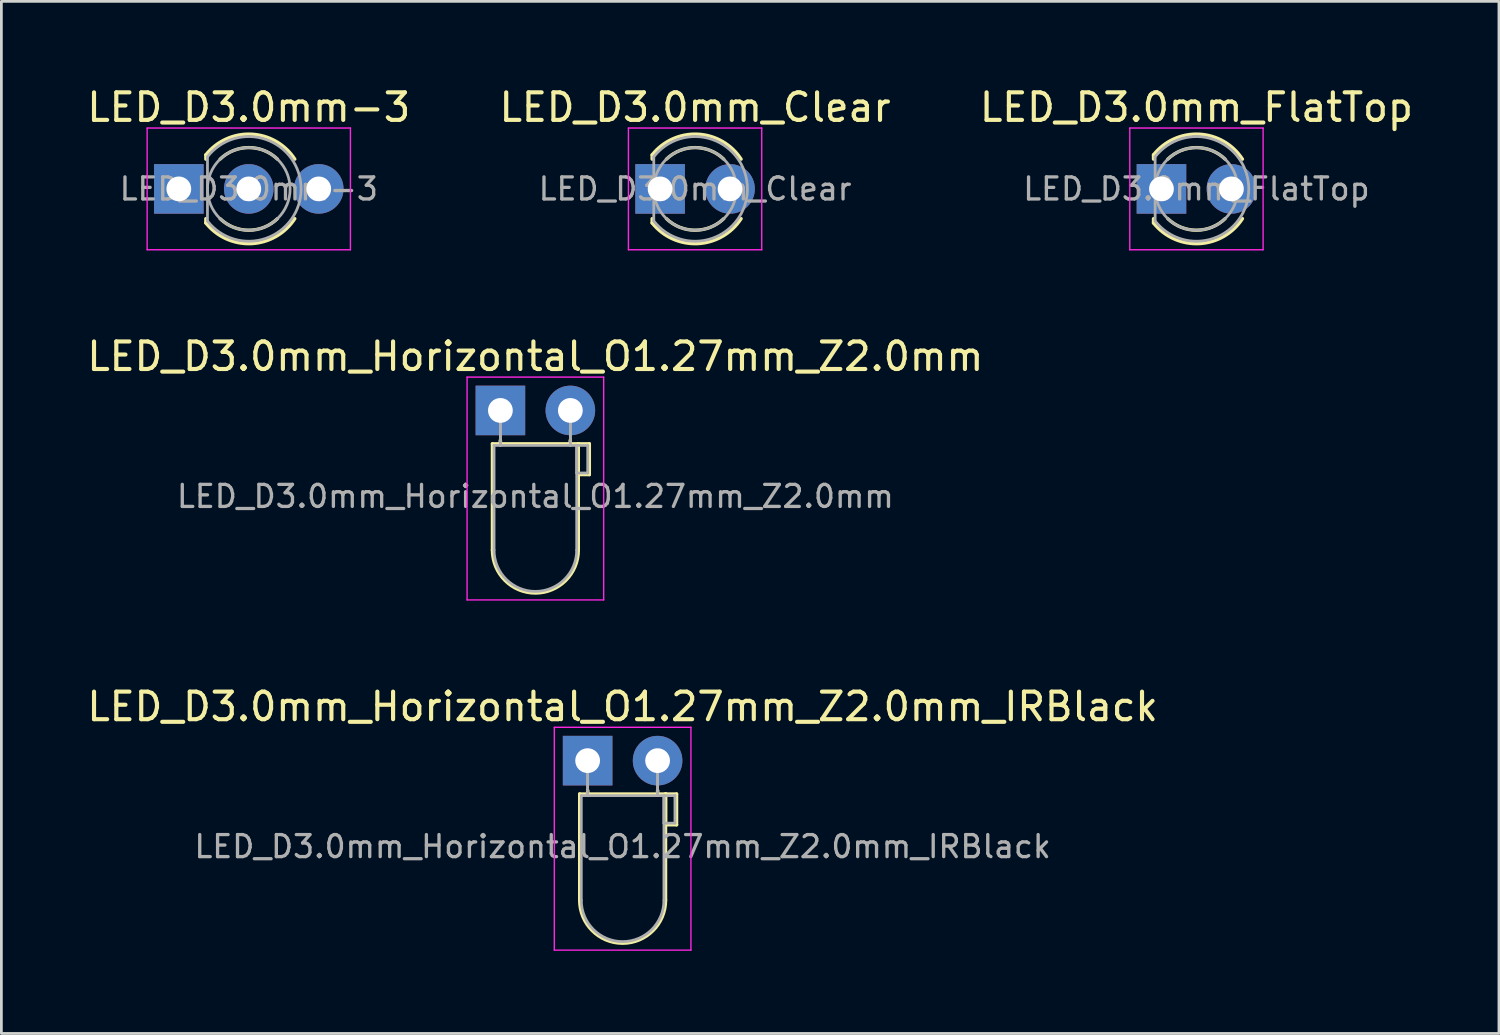
<source format=kicad_pcb>
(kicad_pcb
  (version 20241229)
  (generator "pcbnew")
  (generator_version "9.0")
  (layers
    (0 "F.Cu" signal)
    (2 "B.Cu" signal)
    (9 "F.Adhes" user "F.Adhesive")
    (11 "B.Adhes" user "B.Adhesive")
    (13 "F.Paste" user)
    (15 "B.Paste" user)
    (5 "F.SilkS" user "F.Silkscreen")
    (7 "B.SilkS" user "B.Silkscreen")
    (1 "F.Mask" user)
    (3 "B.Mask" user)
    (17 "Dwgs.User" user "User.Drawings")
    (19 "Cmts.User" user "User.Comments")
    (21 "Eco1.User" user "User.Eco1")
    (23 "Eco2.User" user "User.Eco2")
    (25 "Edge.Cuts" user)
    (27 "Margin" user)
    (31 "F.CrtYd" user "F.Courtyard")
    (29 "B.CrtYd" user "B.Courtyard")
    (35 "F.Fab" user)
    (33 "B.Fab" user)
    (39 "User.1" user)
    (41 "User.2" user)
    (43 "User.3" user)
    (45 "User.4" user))
  (footprint "LED_D3.0mm-3"
    (layer "F.Cu")
    (at 3.442 3.808)
    (property "Reference" "LED_D3.0mm-3" (at 2.54 -2.96 0) (layer "F.SilkS") (effects (font (size 1 1) (thickness 0.15))))
    (attr through_hole)
    (fp_line (start 0.98 -1.236) (end 0.98 -1.08) (stroke (width 0.12) (type solid)) (layer "F.SilkS"))
    (fp_line (start 0.98 1.08) (end 0.98 1.236) (stroke (width 0.12) (type solid)) (layer "F.SilkS"))
    (fp_arc (start 0.98 -1.235516) (mid 2.63566 -1.987699) (end 4.211437 -1.08) (stroke (width 0.12) (type solid)) (layer "F.SilkS"))
    (fp_arc (start 1.499039 -1.08) (mid 2.54 -1.5) (end 3.580961 -1.08) (stroke (width 0.12) (type solid)) (layer "F.SilkS"))
    (fp_arc (start 3.580961 1.08) (mid 2.54 1.5) (end 1.499039 1.08) (stroke (width 0.12) (type solid)) (layer "F.SilkS"))
    (fp_arc (start 4.211437 1.08) (mid 2.63566 1.987699) (end 0.98 1.235516) (stroke (width 0.12) (type solid)) (layer "F.SilkS"))
    (fp_line (start -1.15 -2.21) (end -1.15 2.21) (stroke (width 0.05) (type solid)) (layer "F.CrtYd"))
    (fp_line (start -1.15 2.21) (end 6.23 2.21) (stroke (width 0.05) (type solid)) (layer "F.CrtYd"))
    (fp_line (start 6.23 -2.21) (end -1.15 -2.21) (stroke (width 0.05) (type solid)) (layer "F.CrtYd"))
    (fp_line (start 6.23 2.21) (end 6.23 -2.21) (stroke (width 0.05) (type solid)) (layer "F.CrtYd"))
    (fp_line (start 1.04 -1.166) (end 1.04 1.166) (stroke (width 0.1) (type solid)) (layer "F.Fab"))
    (fp_arc (start 1.04 -1.16619) (mid 4.44 0) (end 1.04 1.16619) (stroke (width 0.1) (type solid)) (layer "F.Fab"))
    (fp_circle (center 2.54 0) (end 4.04 0) (stroke (width 0.1) (type solid)) (fill no) (layer "F.Fab"))
    (fp_text user "${REFERENCE}" (at 2.54 0 0) (layer "F.Fab") (effects (font (size 0.8 0.8) (thickness 0.12))))
    (pad "1" thru_hole rect (at 0 0) (size 1.8 1.8) (drill 0.9) (layers "*.Cu" "*.Mask"))
    (pad "2" thru_hole circle (at 2.54 0) (size 1.8 1.8) (drill 0.9) (layers "*.Cu" "*.Mask"))
    (pad "3" thru_hole circle (at 5.08 0) (size 1.8 1.8) (drill 0.9) (layers "*.Cu" "*.Mask")))
  (footprint "LED_D3.0mm_FlatTop"
    (layer "F.Cu")
    (at 39.117 3.808)
    (property "Reference" "LED_D3.0mm_FlatTop" (at 1.27 -2.96 0) (layer "F.SilkS") (effects (font (size 1 1) (thickness 0.15))))
    (attr through_hole)
    (fp_line (start -0.29 -1.236) (end -0.29 -1.08) (stroke (width 0.12) (type solid)) (layer "F.SilkS"))
    (fp_line (start -0.29 1.08) (end -0.29 1.236) (stroke (width 0.12) (type solid)) (layer "F.SilkS"))
    (fp_arc (start -0.29 -1.235516) (mid 1.36566 -1.987699) (end 2.941437 -1.08) (stroke (width 0.12) (type solid)) (layer "F.SilkS"))
    (fp_arc (start 0.229039 -1.08) (mid 1.27 -1.5) (end 2.310961 -1.08) (stroke (width 0.12) (type solid)) (layer "F.SilkS"))
    (fp_arc (start 2.310961 1.08) (mid 1.27 1.5) (end 0.229039 1.08) (stroke (width 0.12) (type solid)) (layer "F.SilkS"))
    (fp_arc (start 2.941437 1.08) (mid 1.36566 1.987699) (end -0.29 1.235516) (stroke (width 0.12) (type solid)) (layer "F.SilkS"))
    (fp_line (start -1.15 -2.21) (end -1.15 2.21) (stroke (width 0.05) (type solid)) (layer "F.CrtYd"))
    (fp_line (start -1.15 2.21) (end 3.69 2.21) (stroke (width 0.05) (type solid)) (layer "F.CrtYd"))
    (fp_line (start 3.69 -2.21) (end -1.15 -2.21) (stroke (width 0.05) (type solid)) (layer "F.CrtYd"))
    (fp_line (start 3.69 2.21) (end 3.69 -2.21) (stroke (width 0.05) (type solid)) (layer "F.CrtYd"))
    (fp_line (start -0.23 -1.166) (end -0.23 1.166) (stroke (width 0.1) (type solid)) (layer "F.Fab"))
    (fp_arc (start -0.23 -1.16619) (mid 3.17 0) (end -0.23 1.16619) (stroke (width 0.1) (type solid)) (layer "F.Fab"))
    (fp_circle (center 1.27 0) (end 2.77 0) (stroke (width 0.1) (type solid)) (fill no) (layer "F.Fab"))
    (fp_text user "${REFERENCE}" (at 1.27 0 0) (layer "F.Fab") (effects (font (size 0.8 0.8) (thickness 0.12))))
    (pad "1" thru_hole rect (at 0 0) (size 1.8 1.8) (drill 0.9) (layers "*.Cu" "*.Mask"))
    (pad "2" thru_hole circle (at 2.54 0) (size 1.8 1.8) (drill 0.9) (layers "*.Cu" "*.Mask")))
  (footprint "LED_D3.0mm_Horizontal_O1.27mm_Z2.0mm"
    (layer "F.Cu")
    (at 15.117 11.851)
    (property "Reference" "LED_D3.0mm_Horizontal_O1.27mm_Z2.0mm" (at 1.27 -1.96 0) (layer "F.SilkS") (effects (font (size 1 1) (thickness 0.15))))
    (attr through_hole)
    (fp_line (start -0.29 1.21) (end -0.29 5.07) (stroke (width 0.12) (type solid)) (layer "F.SilkS"))
    (fp_line (start -0.29 1.21) (end 2.83 1.21) (stroke (width 0.12) (type solid)) (layer "F.SilkS"))
    (fp_line (start 0 1.08) (end 0 1.21) (stroke (width 0.12) (type solid)) (layer "F.SilkS"))
    (fp_line (start 0 1.21) (end 0 1.08) (stroke (width 0.12) (type solid)) (layer "F.SilkS"))
    (fp_line (start 2.54 1.08) (end 2.54 1.21) (stroke (width 0.12) (type solid)) (layer "F.SilkS"))
    (fp_line (start 2.54 1.21) (end 2.54 1.08) (stroke (width 0.12) (type solid)) (layer "F.SilkS"))
    (fp_line (start 2.83 1.21) (end 2.83 5.07) (stroke (width 0.12) (type solid)) (layer "F.SilkS"))
    (fp_line (start 2.83 1.21) (end 3.23 1.21) (stroke (width 0.12) (type solid)) (layer "F.SilkS"))
    (fp_line (start 2.83 2.33) (end 2.83 1.21) (stroke (width 0.12) (type solid)) (layer "F.SilkS"))
    (fp_line (start 3.23 1.21) (end 3.23 2.33) (stroke (width 0.12) (type solid)) (layer "F.SilkS"))
    (fp_line (start 3.23 2.33) (end 2.83 2.33) (stroke (width 0.12) (type solid)) (layer "F.SilkS"))
    (fp_arc (start 2.83 5.07) (mid 1.27 6.63) (end -0.29 5.07) (stroke (width 0.12) (type solid)) (layer "F.SilkS"))
    (fp_line (start -1.21 -1.21) (end -1.21 6.88) (stroke (width 0.05) (type solid)) (layer "F.CrtYd"))
    (fp_line (start -1.21 6.88) (end 3.75 6.88) (stroke (width 0.05) (type solid)) (layer "F.CrtYd"))
    (fp_line (start 3.75 -1.21) (end -1.21 -1.21) (stroke (width 0.05) (type solid)) (layer "F.CrtYd"))
    (fp_line (start 3.75 6.88) (end 3.75 -1.21) (stroke (width 0.05) (type solid)) (layer "F.CrtYd"))
    (fp_line (start -0.23 1.27) (end -0.23 5.07) (stroke (width 0.1) (type solid)) (layer "F.Fab"))
    (fp_line (start -0.23 1.27) (end 2.77 1.27) (stroke (width 0.1) (type solid)) (layer "F.Fab"))
    (fp_line (start 0 0) (end 0 1.27) (stroke (width 0.1) (type solid)) (layer "F.Fab"))
    (fp_line (start 0 1.27) (end 0 0) (stroke (width 0.1) (type solid)) (layer "F.Fab"))
    (fp_line (start 2.54 0) (end 2.54 1.27) (stroke (width 0.1) (type solid)) (layer "F.Fab"))
    (fp_line (start 2.54 1.27) (end 2.54 0) (stroke (width 0.1) (type solid)) (layer "F.Fab"))
    (fp_line (start 2.77 1.27) (end 2.77 5.07) (stroke (width 0.1) (type solid)) (layer "F.Fab"))
    (fp_line (start 2.77 1.27) (end 3.17 1.27) (stroke (width 0.1) (type solid)) (layer "F.Fab"))
    (fp_line (start 2.77 2.27) (end 2.77 1.27) (stroke (width 0.1) (type solid)) (layer "F.Fab"))
    (fp_line (start 3.17 1.27) (end 3.17 2.27) (stroke (width 0.1) (type solid)) (layer "F.Fab"))
    (fp_line (start 3.17 2.27) (end 2.77 2.27) (stroke (width 0.1) (type solid)) (layer "F.Fab"))
    (fp_arc (start 2.77 5.07) (mid 1.27 6.57) (end -0.23 5.07) (stroke (width 0.1) (type solid)) (layer "F.Fab"))
    (fp_text user "${REFERENCE}" (at 1.27 3.12 0) (layer "F.Fab") (effects (font (size 0.8 0.8) (thickness 0.12))))
    (pad "1" thru_hole rect (at 0 0) (size 1.8 1.8) (drill 0.9) (layers "*.Cu" "*.Mask"))
    (pad "2" thru_hole circle (at 2.54 0) (size 1.8 1.8) (drill 0.9) (layers "*.Cu" "*.Mask")))
  (footprint "LED_D3.0mm_Clear"
    (layer "F.Cu")
    (at 20.915 3.808)
    (property "Reference" "LED_D3.0mm_Clear" (at 1.27 -2.96 0) (layer "F.SilkS") (effects (font (size 1 1) (thickness 0.15))))
    (attr through_hole)
    (fp_line (start -0.29 -1.236) (end -0.29 -1.08) (stroke (width 0.12) (type solid)) (layer "F.SilkS"))
    (fp_line (start -0.29 1.08) (end -0.29 1.236) (stroke (width 0.12) (type solid)) (layer "F.SilkS"))
    (fp_arc (start -0.29 -1.235516) (mid 1.36566 -1.987699) (end 2.941437 -1.08) (stroke (width 0.12) (type solid)) (layer "F.SilkS"))
    (fp_arc (start 0.229039 -1.08) (mid 1.27 -1.5) (end 2.310961 -1.08) (stroke (width 0.12) (type solid)) (layer "F.SilkS"))
    (fp_arc (start 2.310961 1.08) (mid 1.27 1.5) (end 0.229039 1.08) (stroke (width 0.12) (type solid)) (layer "F.SilkS"))
    (fp_arc (start 2.941437 1.08) (mid 1.36566 1.987699) (end -0.29 1.235516) (stroke (width 0.12) (type solid)) (layer "F.SilkS"))
    (fp_line (start -1.15 -2.21) (end -1.15 2.21) (stroke (width 0.05) (type solid)) (layer "F.CrtYd"))
    (fp_line (start -1.15 2.21) (end 3.69 2.21) (stroke (width 0.05) (type solid)) (layer "F.CrtYd"))
    (fp_line (start 3.69 -2.21) (end -1.15 -2.21) (stroke (width 0.05) (type solid)) (layer "F.CrtYd"))
    (fp_line (start 3.69 2.21) (end 3.69 -2.21) (stroke (width 0.05) (type solid)) (layer "F.CrtYd"))
    (fp_line (start -0.23 -1.166) (end -0.23 1.166) (stroke (width 0.1) (type solid)) (layer "F.Fab"))
    (fp_arc (start -0.23 -1.16619) (mid 3.17 0) (end -0.23 1.16619) (stroke (width 0.1) (type solid)) (layer "F.Fab"))
    (fp_circle (center 1.27 0) (end 2.77 0) (stroke (width 0.1) (type solid)) (fill no) (layer "F.Fab"))
    (fp_text user "${REFERENCE}" (at 1.27 0 0) (layer "F.Fab") (effects (font (size 0.8 0.8) (thickness 0.12))))
    (pad "1" thru_hole rect (at 0 0) (size 1.8 1.8) (drill 0.9) (layers "*.Cu" "*.Mask"))
    (pad "2" thru_hole circle (at 2.54 0) (size 1.8 1.8) (drill 0.9) (layers "*.Cu" "*.Mask")))
  (footprint "LED_D3.0mm_Horizontal_O1.27mm_Z2.0mm_IRBlack"
    (layer "F.Cu")
    (at 18.284 24.565)
    (property "Reference" "LED_D3.0mm_Horizontal_O1.27mm_Z2.0mm_IRBlack" (at 1.27 -1.96 0) (layer "F.SilkS") (effects (font (size 1 1) (thickness 0.15))))
    (attr through_hole)
    (fp_line (start -0.29 1.21) (end -0.29 5.07) (stroke (width 0.12) (type solid)) (layer "F.SilkS"))
    (fp_line (start -0.29 1.21) (end 2.83 1.21) (stroke (width 0.12) (type solid)) (layer "F.SilkS"))
    (fp_line (start 0 1.08) (end 0 1.21) (stroke (width 0.12) (type solid)) (layer "F.SilkS"))
    (fp_line (start 0 1.21) (end 0 1.08) (stroke (width 0.12) (type solid)) (layer "F.SilkS"))
    (fp_line (start 2.54 1.08) (end 2.54 1.21) (stroke (width 0.12) (type solid)) (layer "F.SilkS"))
    (fp_line (start 2.54 1.21) (end 2.54 1.08) (stroke (width 0.12) (type solid)) (layer "F.SilkS"))
    (fp_line (start 2.83 1.21) (end 2.83 5.07) (stroke (width 0.12) (type solid)) (layer "F.SilkS"))
    (fp_line (start 2.83 1.21) (end 3.23 1.21) (stroke (width 0.12) (type solid)) (layer "F.SilkS"))
    (fp_line (start 2.83 2.33) (end 2.83 1.21) (stroke (width 0.12) (type solid)) (layer "F.SilkS"))
    (fp_line (start 3.23 1.21) (end 3.23 2.33) (stroke (width 0.12) (type solid)) (layer "F.SilkS"))
    (fp_line (start 3.23 2.33) (end 2.83 2.33) (stroke (width 0.12) (type solid)) (layer "F.SilkS"))
    (fp_arc (start 2.83 5.07) (mid 1.27 6.63) (end -0.29 5.07) (stroke (width 0.12) (type solid)) (layer "F.SilkS"))
    (fp_line (start -1.21 -1.21) (end -1.21 6.88) (stroke (width 0.05) (type solid)) (layer "F.CrtYd"))
    (fp_line (start -1.21 6.88) (end 3.75 6.88) (stroke (width 0.05) (type solid)) (layer "F.CrtYd"))
    (fp_line (start 3.75 -1.21) (end -1.21 -1.21) (stroke (width 0.05) (type solid)) (layer "F.CrtYd"))
    (fp_line (start 3.75 6.88) (end 3.75 -1.21) (stroke (width 0.05) (type solid)) (layer "F.CrtYd"))
    (fp_line (start -0.23 1.27) (end -0.23 5.07) (stroke (width 0.1) (type solid)) (layer "F.Fab"))
    (fp_line (start -0.23 1.27) (end 2.77 1.27) (stroke (width 0.1) (type solid)) (layer "F.Fab"))
    (fp_line (start 0 0) (end 0 1.27) (stroke (width 0.1) (type solid)) (layer "F.Fab"))
    (fp_line (start 0 1.27) (end 0 0) (stroke (width 0.1) (type solid)) (layer "F.Fab"))
    (fp_line (start 2.54 0) (end 2.54 1.27) (stroke (width 0.1) (type solid)) (layer "F.Fab"))
    (fp_line (start 2.54 1.27) (end 2.54 0) (stroke (width 0.1) (type solid)) (layer "F.Fab"))
    (fp_line (start 2.77 1.27) (end 2.77 5.07) (stroke (width 0.1) (type solid)) (layer "F.Fab"))
    (fp_line (start 2.77 1.27) (end 3.17 1.27) (stroke (width 0.1) (type solid)) (layer "F.Fab"))
    (fp_line (start 2.77 2.27) (end 2.77 1.27) (stroke (width 0.1) (type solid)) (layer "F.Fab"))
    (fp_line (start 3.17 1.27) (end 3.17 2.27) (stroke (width 0.1) (type solid)) (layer "F.Fab"))
    (fp_line (start 3.17 2.27) (end 2.77 2.27) (stroke (width 0.1) (type solid)) (layer "F.Fab"))
    (fp_arc (start 2.77 5.07) (mid 1.27 6.57) (end -0.23 5.07) (stroke (width 0.1) (type solid)) (layer "F.Fab"))
    (fp_text user "${REFERENCE}" (at 1.27 3.12 0) (layer "F.Fab") (effects (font (size 0.8 0.8) (thickness 0.12))))
    (pad "1" thru_hole rect (at 0 0) (size 1.8 1.8) (drill 0.9) (layers "*.Cu" "*.Mask"))
    (pad "2" thru_hole circle (at 2.54 0) (size 1.8 1.8) (drill 0.9) (layers "*.Cu" "*.Mask")))
  (gr_rect
    (start -3 -3)
    (end 51.369 34.47)
    (stroke (width 0.1) (type default))
    (fill no)
    (layer "Edge.Cuts")))
</source>
